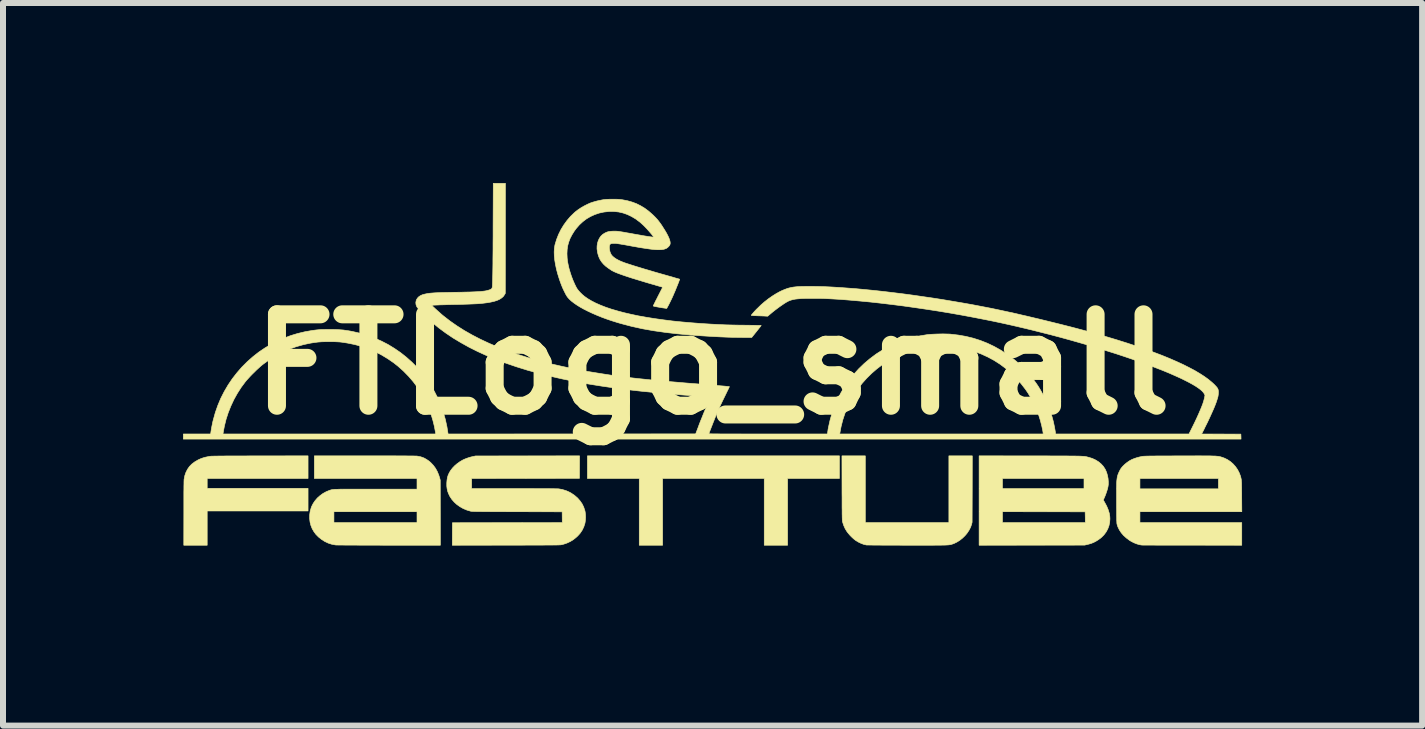
<source format=kicad_pcb>
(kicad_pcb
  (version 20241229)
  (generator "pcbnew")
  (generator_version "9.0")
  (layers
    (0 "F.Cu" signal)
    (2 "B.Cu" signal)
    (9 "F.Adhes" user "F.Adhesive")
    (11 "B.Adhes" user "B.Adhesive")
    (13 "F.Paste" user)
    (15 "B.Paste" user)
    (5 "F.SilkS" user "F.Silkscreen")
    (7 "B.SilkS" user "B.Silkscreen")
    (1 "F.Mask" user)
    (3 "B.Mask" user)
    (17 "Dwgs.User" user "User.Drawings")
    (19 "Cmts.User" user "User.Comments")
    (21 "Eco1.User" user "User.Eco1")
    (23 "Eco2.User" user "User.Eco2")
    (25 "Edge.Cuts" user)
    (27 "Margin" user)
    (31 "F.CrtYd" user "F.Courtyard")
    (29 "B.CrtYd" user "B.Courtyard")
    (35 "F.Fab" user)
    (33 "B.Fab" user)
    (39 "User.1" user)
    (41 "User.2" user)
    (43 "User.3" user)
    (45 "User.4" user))
  (footprint "FTLogo_small"
    (layer "F.Cu")
    (at 8.823 3.023)
    (property "Reference" "FTLogo_small" (at 0 0 0) (layer "F.SilkS") (effects (font (size 1.524 1.524) (thickness 0.3))))
    (attr through_hole)
    (fp_poly (pts (xy 2.117 1.901) (xy 1.253 1.901) (xy 1.253 3.014) (xy 0.864 3.014) (xy 0.864 1.901) (xy -0.83 1.901) (xy -0.83 3.014) (xy -1.219 3.014) (xy -1.219 1.901) (xy -2.083 1.901) (xy -2.083 1.524) (xy 2.117 1.524) (xy 2.117 1.901)) (stroke (width 0.01) (type solid)) (fill yes) (layer "F.SilkS"))
    (fp_poly (pts (xy -6.739 1.901) (xy -8.42 1.901) (xy -8.42 2.066) (xy -6.739 2.066) (xy -6.739 2.443) (xy -8.42 2.443) (xy -8.42 3.014) (xy -8.81 3.014) (xy -8.809 2.48) (xy -8.809 2.398) (xy -8.809 2.321) (xy -8.809 2.251) (xy -8.809 2.186) (xy -8.809 2.127) (xy -8.808 2.075) (xy -8.808 2.03) (xy -8.807 1.991) (xy -8.807 1.96) (xy -8.806 1.937) (xy -8.806 1.922) (xy -8.805 1.916) (xy -8.793 1.854) (xy -8.774 1.799) (xy -8.748 1.748) (xy -8.716 1.702) (xy -8.677 1.662) (xy -8.63 1.626) (xy -8.577 1.595) (xy -8.566 1.589) (xy -8.528 1.572) (xy -8.489 1.558) (xy -8.446 1.546) (xy -8.397 1.536) (xy -8.397 1.536) (xy -8.391 1.535) (xy -8.386 1.534) (xy -8.38 1.533) (xy -8.373 1.532) (xy -8.366 1.531) (xy -8.357 1.53) (xy -8.346 1.53) (xy -8.333 1.529) (xy -8.317 1.529) (xy -8.299 1.528) (xy -8.277 1.528) (xy -8.252 1.528) (xy -8.223 1.527) (xy -8.189 1.527) (xy -8.15 1.527) (xy -8.107 1.526) (xy -8.057 1.526) (xy -8.002 1.526) (xy -7.941 1.526) (xy -7.873 1.526) (xy -7.797 1.526) (xy -7.715 1.525) (xy -7.624 1.525) (xy -7.545 1.525) (xy -6.739 1.524) (xy -6.739 1.901)) (stroke (width 0.01) (type solid)) (fill yes) (layer "F.SilkS"))
    (fp_poly (pts (xy 5.303 1.525) (xy 5.405 1.525) (xy 5.498 1.525) (xy 5.584 1.525) (xy 5.662 1.526) (xy 5.733 1.526) (xy 5.798 1.526) (xy 5.856 1.526) (xy 5.909 1.526) (xy 5.956 1.527) (xy 5.998 1.527) (xy 6.035 1.527) (xy 6.067 1.528) (xy 6.096 1.528) (xy 6.121 1.529) (xy 6.143 1.53) (xy 6.161 1.531) (xy 6.178 1.532) (xy 6.192 1.533) (xy 6.204 1.534) (xy 6.214 1.536) (xy 6.224 1.537) (xy 6.233 1.539) (xy 6.242 1.541) (xy 6.25 1.543) (xy 6.259 1.546) (xy 6.269 1.548) (xy 6.276 1.55) (xy 6.333 1.568) (xy 6.386 1.593) (xy 6.435 1.623) (xy 6.477 1.658) (xy 6.514 1.698) (xy 6.543 1.742) (xy 6.551 1.757) (xy 6.57 1.801) (xy 6.584 1.85) (xy 6.594 1.901) (xy 6.598 1.952) (xy 6.598 2.001) (xy 6.594 2.032) (xy 6.587 2.065) (xy 6.576 2.103) (xy 6.562 2.145) (xy 6.546 2.188) (xy 6.534 2.216) (xy 6.515 2.261) (xy 6.538 2.301) (xy 6.571 2.362) (xy 6.596 2.422) (xy 6.614 2.48) (xy 6.623 2.536) (xy 6.625 2.574) (xy 6.621 2.632) (xy 6.609 2.689) (xy 6.589 2.742) (xy 6.562 2.792) (xy 6.527 2.839) (xy 6.486 2.881) (xy 6.437 2.919) (xy 6.434 2.921) (xy 6.394 2.946) (xy 6.356 2.966) (xy 6.317 2.982) (xy 6.274 2.995) (xy 6.245 3.002) (xy 6.204 3.012) (xy 4.445 3.014) (xy 4.445 2.637) (xy 4.834 2.637) (xy 6.215 2.637) (xy 6.214 2.547) (xy 6.212 2.457) (xy 4.834 2.455) (xy 4.834 2.637) (xy 4.445 2.637) (xy 4.445 1.901) (xy 4.834 1.901) (xy 4.834 2.07) (xy 6.193 2.07) (xy 6.193 1.901) (xy 4.834 1.901) (xy 4.445 1.901) (xy 4.445 1.524) (xy 5.303 1.525)) (stroke (width 0.01) (type solid)) (fill yes) (layer "F.SilkS"))
    (fp_poly (pts (xy 2.548 2.637) (xy 3.941 2.637) (xy 3.941 1.524) (xy 4.331 1.524) (xy 4.33 2.078) (xy 4.328 2.631) (xy 4.319 2.667) (xy 4.302 2.716) (xy 4.277 2.764) (xy 4.246 2.811) (xy 4.21 2.854) (xy 4.168 2.895) (xy 4.123 2.931) (xy 4.075 2.961) (xy 4.026 2.985) (xy 4.012 2.99) (xy 4.003 2.993) (xy 3.995 2.996) (xy 3.987 2.998) (xy 3.979 3.001) (xy 3.97 3.003) (xy 3.961 3.005) (xy 3.95 3.006) (xy 3.937 3.008) (xy 3.922 3.009) (xy 3.905 3.01) (xy 3.884 3.011) (xy 3.86 3.012) (xy 3.832 3.012) (xy 3.8 3.013) (xy 3.762 3.013) (xy 3.72 3.013) (xy 3.672 3.014) (xy 3.619 3.014) (xy 3.559 3.014) (xy 3.492 3.014) (xy 3.417 3.014) (xy 3.336 3.014) (xy 3.25 3.014) (xy 3.175 3.014) (xy 3.103 3.013) (xy 3.033 3.013) (xy 2.967 3.013) (xy 2.903 3.013) (xy 2.844 3.013) (xy 2.789 3.012) (xy 2.739 3.012) (xy 2.695 3.012) (xy 2.656 3.011) (xy 2.624 3.011) (xy 2.599 3.01) (xy 2.581 3.01) (xy 2.57 3.01) (xy 2.568 3.01) (xy 2.524 3) (xy 2.478 2.983) (xy 2.432 2.961) (xy 2.389 2.935) (xy 2.376 2.925) (xy 2.351 2.905) (xy 2.323 2.879) (xy 2.296 2.852) (xy 2.271 2.823) (xy 2.25 2.797) (xy 2.24 2.783) (xy 2.212 2.737) (xy 2.191 2.691) (xy 2.174 2.641) (xy 2.168 2.62) (xy 2.167 2.616) (xy 2.166 2.61) (xy 2.166 2.602) (xy 2.165 2.592) (xy 2.164 2.58) (xy 2.164 2.564) (xy 2.163 2.545) (xy 2.163 2.522) (xy 2.162 2.495) (xy 2.162 2.463) (xy 2.162 2.426) (xy 2.161 2.383) (xy 2.161 2.333) (xy 2.161 2.277) (xy 2.161 2.214) (xy 2.16 2.144) (xy 2.16 2.065) (xy 2.16 2.058) (xy 2.159 1.524) (xy 2.548 1.524) (xy 2.548 2.637)) (stroke (width 0.01) (type solid)) (fill yes) (layer "F.SilkS"))
    (fp_poly (pts (xy -5.678 1.524) (xy -5.573 1.524) (xy -5.476 1.524) (xy -5.387 1.524) (xy -5.307 1.524) (xy -5.234 1.525) (xy -5.169 1.525) (xy -5.112 1.525) (xy -5.062 1.526) (xy -5.019 1.526) (xy -4.984 1.526) (xy -4.957 1.527) (xy -4.936 1.527) (xy -4.922 1.528) (xy -4.916 1.529) (xy -4.861 1.54) (xy -4.808 1.559) (xy -4.76 1.586) (xy -4.713 1.62) (xy -4.691 1.64) (xy -4.649 1.685) (xy -4.614 1.733) (xy -4.585 1.786) (xy -4.561 1.844) (xy -4.547 1.888) (xy -4.536 1.928) (xy -4.534 3.014) (xy -5.394 3.014) (xy -5.48 3.014) (xy -5.564 3.013) (xy -5.645 3.013) (xy -5.723 3.013) (xy -5.798 3.013) (xy -5.869 3.013) (xy -5.936 3.012) (xy -5.998 3.012) (xy -6.056 3.012) (xy -6.108 3.012) (xy -6.154 3.011) (xy -6.193 3.011) (xy -6.227 3.011) (xy -6.253 3.01) (xy -6.271 3.01) (xy -6.282 3.009) (xy -6.284 3.009) (xy -6.345 2.997) (xy -6.404 2.978) (xy -6.461 2.951) (xy -6.514 2.917) (xy -6.563 2.878) (xy -6.607 2.834) (xy -6.64 2.79) (xy -6.67 2.738) (xy -6.692 2.683) (xy -6.706 2.626) (xy -6.713 2.567) (xy -6.712 2.508) (xy -6.705 2.455) (xy -6.308 2.455) (xy -6.308 2.637) (xy -4.923 2.637) (xy -4.923 2.455) (xy -6.308 2.455) (xy -6.705 2.455) (xy -6.704 2.448) (xy -6.687 2.389) (xy -6.678 2.365) (xy -6.653 2.317) (xy -6.621 2.27) (xy -6.583 2.226) (xy -6.539 2.187) (xy -6.491 2.152) (xy -6.439 2.123) (xy -6.386 2.101) (xy -6.378 2.098) (xy -6.37 2.096) (xy -6.362 2.093) (xy -6.355 2.091) (xy -6.346 2.089) (xy -6.337 2.087) (xy -6.326 2.086) (xy -6.313 2.085) (xy -6.298 2.083) (xy -6.281 2.082) (xy -6.26 2.082) (xy -6.236 2.081) (xy -6.208 2.08) (xy -6.175 2.08) (xy -6.138 2.079) (xy -6.096 2.079) (xy -6.049 2.079) (xy -5.995 2.079) (xy -5.935 2.079) (xy -5.868 2.079) (xy -5.794 2.079) (xy -5.713 2.079) (xy -5.624 2.079) (xy -4.923 2.079) (xy -4.923 1.901) (xy -6.634 1.901) (xy -6.634 1.524) (xy -5.792 1.524) (xy -5.678 1.524)) (stroke (width 0.01) (type solid)) (fill yes) (layer "F.SilkS"))
    (fp_poly (pts (xy -2.215 1.711) (xy -2.216 1.899) (xy -4.013 1.901) (xy -4.013 2.07) (xy -3.305 2.07) (xy -3.201 2.07) (xy -3.104 2.07) (xy -3.014 2.07) (xy -2.933 2.071) (xy -2.859 2.071) (xy -2.793 2.071) (xy -2.736 2.071) (xy -2.686 2.072) (xy -2.644 2.072) (xy -2.611 2.073) (xy -2.586 2.073) (xy -2.569 2.074) (xy -2.561 2.074) (xy -2.498 2.086) (xy -2.437 2.105) (xy -2.379 2.131) (xy -2.354 2.145) (xy -2.298 2.183) (xy -2.248 2.226) (xy -2.207 2.273) (xy -2.172 2.323) (xy -2.145 2.378) (xy -2.126 2.436) (xy -2.124 2.441) (xy -2.119 2.472) (xy -2.115 2.509) (xy -2.114 2.548) (xy -2.116 2.587) (xy -2.12 2.622) (xy -2.124 2.647) (xy -2.143 2.706) (xy -2.169 2.761) (xy -2.203 2.812) (xy -2.244 2.858) (xy -2.269 2.881) (xy -2.317 2.92) (xy -2.367 2.951) (xy -2.418 2.975) (xy -2.475 2.995) (xy -2.512 3.005) (xy -2.516 3.005) (xy -2.522 3.006) (xy -2.528 3.007) (xy -2.536 3.008) (xy -2.547 3.008) (xy -2.559 3.009) (xy -2.575 3.009) (xy -2.594 3.01) (xy -2.616 3.01) (xy -2.642 3.01) (xy -2.672 3.011) (xy -2.706 3.011) (xy -2.746 3.011) (xy -2.791 3.011) (xy -2.841 3.012) (xy -2.897 3.012) (xy -2.959 3.012) (xy -3.028 3.012) (xy -3.103 3.012) (xy -3.186 3.013) (xy -3.277 3.013) (xy -3.375 3.013) (xy -3.439 3.013) (xy -4.335 3.014) (xy -4.334 2.827) (xy -4.333 2.639) (xy -3.417 2.638) (xy -2.502 2.637) (xy -2.503 2.547) (xy -2.504 2.457) (xy -3.253 2.455) (xy -3.347 2.455) (xy -3.433 2.455) (xy -3.511 2.454) (xy -3.581 2.454) (xy -3.645 2.454) (xy -3.702 2.454) (xy -3.753 2.453) (xy -3.799 2.453) (xy -3.838 2.453) (xy -3.873 2.452) (xy -3.903 2.452) (xy -3.929 2.452) (xy -3.951 2.451) (xy -3.969 2.451) (xy -3.985 2.45) (xy -3.997 2.45) (xy -4.007 2.449) (xy -4.016 2.448) (xy -4.022 2.448) (xy -4.028 2.447) (xy -4.032 2.446) (xy -4.034 2.445) (xy -4.095 2.427) (xy -4.154 2.402) (xy -4.208 2.371) (xy -4.259 2.335) (xy -4.304 2.294) (xy -4.343 2.249) (xy -4.375 2.201) (xy -4.4 2.149) (xy -4.4 2.148) (xy -4.414 2.109) (xy -4.422 2.07) (xy -4.427 2.028) (xy -4.427 1.98) (xy -4.427 1.977) (xy -4.423 1.928) (xy -4.416 1.885) (xy -4.404 1.846) (xy -4.386 1.807) (xy -4.363 1.768) (xy -4.361 1.766) (xy -4.332 1.728) (xy -4.296 1.69) (xy -4.255 1.655) (xy -4.209 1.622) (xy -4.161 1.594) (xy -4.153 1.59) (xy -4.122 1.576) (xy -4.085 1.562) (xy -4.046 1.549) (xy -4.007 1.539) (xy -3.993 1.536) (xy -3.948 1.526) (xy -2.214 1.524) (xy -2.215 1.711)) (stroke (width 0.01) (type solid)) (fill yes) (layer "F.SilkS"))
    (fp_poly (pts (xy 8.128 1.524) (xy 8.178 1.525) (xy 8.222 1.525) (xy 8.26 1.525) (xy 8.293 1.525) (xy 8.322 1.526) (xy 8.348 1.527) (xy 8.369 1.527) (xy 8.388 1.528) (xy 8.404 1.53) (xy 8.417 1.531) (xy 8.429 1.532) (xy 8.44 1.534) (xy 8.45 1.536) (xy 8.459 1.538) (xy 8.469 1.54) (xy 8.472 1.541) (xy 8.528 1.56) (xy 8.582 1.586) (xy 8.632 1.619) (xy 8.677 1.658) (xy 8.717 1.703) (xy 8.752 1.753) (xy 8.78 1.807) (xy 8.795 1.846) (xy 8.8 1.86) (xy 8.804 1.874) (xy 8.807 1.886) (xy 8.81 1.899) (xy 8.813 1.912) (xy 8.815 1.928) (xy 8.816 1.945) (xy 8.818 1.966) (xy 8.819 1.99) (xy 8.819 2.02) (xy 8.82 2.054) (xy 8.82 2.095) (xy 8.821 2.143) (xy 8.821 2.198) (xy 8.823 2.455) (xy 7.125 2.455) (xy 7.125 2.637) (xy 8.822 2.637) (xy 8.822 3.014) (xy 7.996 3.013) (xy 7.912 3.013) (xy 7.831 3.013) (xy 7.753 3.013) (xy 7.677 3.013) (xy 7.605 3.013) (xy 7.537 3.013) (xy 7.473 3.013) (xy 7.413 3.013) (xy 7.359 3.012) (xy 7.31 3.012) (xy 7.267 3.012) (xy 7.23 3.012) (xy 7.2 3.012) (xy 7.177 3.012) (xy 7.162 3.011) (xy 7.155 3.011) (xy 7.154 3.011) (xy 7.113 3.004) (xy 7.068 2.99) (xy 7.023 2.972) (xy 6.979 2.949) (xy 6.952 2.933) (xy 6.899 2.893) (xy 6.852 2.851) (xy 6.813 2.805) (xy 6.782 2.758) (xy 6.758 2.709) (xy 6.747 2.677) (xy 6.745 2.67) (xy 6.744 2.664) (xy 6.742 2.658) (xy 6.741 2.65) (xy 6.74 2.641) (xy 6.74 2.629) (xy 6.739 2.614) (xy 6.738 2.596) (xy 6.738 2.574) (xy 6.738 2.546) (xy 6.737 2.514) (xy 6.737 2.475) (xy 6.737 2.43) (xy 6.736 2.378) (xy 6.736 2.318) (xy 6.736 2.309) (xy 6.736 2.243) (xy 6.736 2.185) (xy 6.736 2.133) (xy 6.736 2.089) (xy 6.736 2.05) (xy 6.737 2.017) (xy 6.737 1.988) (xy 6.738 1.964) (xy 6.739 1.943) (xy 6.741 1.925) (xy 6.743 1.909) (xy 6.744 1.901) (xy 7.125 1.901) (xy 7.125 2.074) (xy 8.433 2.074) (xy 8.433 1.901) (xy 7.125 1.901) (xy 6.744 1.901) (xy 6.745 1.895) (xy 6.747 1.882) (xy 6.75 1.87) (xy 6.752 1.86) (xy 6.76 1.834) (xy 6.772 1.805) (xy 6.786 1.776) (xy 6.8 1.749) (xy 6.813 1.729) (xy 6.84 1.697) (xy 6.873 1.665) (xy 6.91 1.635) (xy 6.949 1.608) (xy 6.987 1.587) (xy 6.994 1.584) (xy 7.031 1.569) (xy 7.073 1.555) (xy 7.117 1.543) (xy 7.152 1.536) (xy 7.159 1.534) (xy 7.165 1.533) (xy 7.172 1.532) (xy 7.18 1.531) (xy 7.189 1.531) (xy 7.2 1.53) (xy 7.212 1.529) (xy 7.228 1.529) (xy 7.246 1.528) (xy 7.268 1.528) (xy 7.294 1.527) (xy 7.325 1.527) (xy 7.36 1.527) (xy 7.401 1.526) (xy 7.447 1.526) (xy 7.499 1.526) (xy 7.559 1.526) (xy 7.625 1.526) (xy 7.699 1.525) (xy 7.779 1.525) (xy 7.864 1.525) (xy 7.941 1.525) (xy 8.01 1.525) (xy 8.073 1.524) (xy 8.128 1.524)) (stroke (width 0.01) (type solid)) (fill yes) (layer "F.SilkS"))
    (fp_poly (pts (xy -1.631 -2.753) (xy -1.584 -2.752) (xy -1.541 -2.749) (xy -1.503 -2.744) (xy -1.501 -2.744) (xy -1.418 -2.728) (xy -1.34 -2.706) (xy -1.267 -2.679) (xy -1.197 -2.644) (xy -1.129 -2.603) (xy -1.063 -2.554) (xy -0.998 -2.497) (xy -0.979 -2.479) (xy -0.951 -2.451) (xy -0.926 -2.424) (xy -0.903 -2.397) (xy -0.881 -2.368) (xy -0.857 -2.335) (xy -0.831 -2.296) (xy -0.829 -2.292) (xy -0.794 -2.237) (xy -0.765 -2.188) (xy -0.742 -2.144) (xy -0.724 -2.105) (xy -0.712 -2.072) (xy -0.705 -2.043) (xy -0.703 -2.018) (xy -0.707 -1.998) (xy -0.71 -1.991) (xy -0.722 -1.973) (xy -0.739 -1.955) (xy -0.759 -1.939) (xy -0.769 -1.933) (xy -0.787 -1.926) (xy -0.807 -1.919) (xy -0.829 -1.915) (xy -0.855 -1.912) (xy -0.884 -1.911) (xy -0.917 -1.911) (xy -0.955 -1.913) (xy -0.998 -1.917) (xy -1.046 -1.923) (xy -1.1 -1.931) (xy -1.161 -1.94) (xy -1.229 -1.951) (xy -1.305 -1.965) (xy -1.336 -1.97) (xy -1.388 -1.98) (xy -1.433 -1.988) (xy -1.471 -1.995) (xy -1.503 -2) (xy -1.53 -2.005) (xy -1.552 -2.008) (xy -1.57 -2.011) (xy -1.585 -2.013) (xy -1.597 -2.015) (xy -1.608 -2.016) (xy -1.618 -2.016) (xy -1.628 -2.016) (xy -1.636 -2.017) (xy -1.662 -2.016) (xy -1.681 -2.014) (xy -1.694 -2.01) (xy -1.704 -2.003) (xy -1.71 -1.993) (xy -1.713 -1.987) (xy -1.717 -1.966) (xy -1.718 -1.94) (xy -1.714 -1.911) (xy -1.708 -1.881) (xy -1.698 -1.853) (xy -1.685 -1.829) (xy -1.683 -1.825) (xy -1.664 -1.803) (xy -1.638 -1.781) (xy -1.606 -1.759) (xy -1.568 -1.738) (xy -1.526 -1.718) (xy -1.48 -1.7) (xy -1.473 -1.697) (xy -1.432 -1.683) (xy -1.385 -1.668) (xy -1.33 -1.65) (xy -1.269 -1.631) (xy -1.203 -1.611) (xy -1.131 -1.589) (xy -1.055 -1.567) (xy -0.975 -1.543) (xy -0.892 -1.519) (xy -0.807 -1.495) (xy -0.719 -1.47) (xy -0.715 -1.469) (xy -0.679 -1.459) (xy -0.646 -1.449) (xy -0.616 -1.44) (xy -0.59 -1.433) (xy -0.569 -1.427) (xy -0.555 -1.423) (xy -0.547 -1.42) (xy -0.546 -1.42) (xy -0.547 -1.415) (xy -0.551 -1.404) (xy -0.557 -1.387) (xy -0.565 -1.366) (xy -0.575 -1.34) (xy -0.586 -1.313) (xy -0.598 -1.283) (xy -0.61 -1.253) (xy -0.622 -1.224) (xy -0.634 -1.196) (xy -0.645 -1.171) (xy -0.648 -1.163) (xy -0.675 -1.103) (xy -0.701 -1.049) (xy -0.726 -0.999) (xy -0.743 -0.967) (xy -0.762 -0.933) (xy -0.827 -0.942) (xy -0.863 -0.948) (xy -0.897 -0.954) (xy -0.926 -0.959) (xy -0.951 -0.964) (xy -0.97 -0.968) (xy -0.982 -0.972) (xy -0.986 -0.974) (xy -0.986 -0.974) (xy -0.985 -0.979) (xy -0.979 -0.99) (xy -0.971 -1.007) (xy -0.96 -1.029) (xy -0.947 -1.056) (xy -0.931 -1.086) (xy -0.915 -1.118) (xy -0.908 -1.132) (xy -0.829 -1.286) (xy -0.858 -1.295) (xy -0.869 -1.298) (xy -0.887 -1.303) (xy -0.911 -1.31) (xy -0.939 -1.318) (xy -0.97 -1.328) (xy -1.003 -1.337) (xy -1.018 -1.341) (xy -1.113 -1.369) (xy -1.199 -1.395) (xy -1.278 -1.419) (xy -1.35 -1.441) (xy -1.414 -1.462) (xy -1.471 -1.481) (xy -1.522 -1.499) (xy -1.566 -1.515) (xy -1.604 -1.53) (xy -1.636 -1.544) (xy -1.662 -1.557) (xy -1.683 -1.568) (xy -1.683 -1.569) (xy -1.735 -1.604) (xy -1.78 -1.638) (xy -1.817 -1.673) (xy -1.848 -1.71) (xy -1.873 -1.749) (xy -1.892 -1.79) (xy -1.907 -1.836) (xy -1.916 -1.875) (xy -1.923 -1.926) (xy -1.922 -1.974) (xy -1.915 -2.02) (xy -1.902 -2.063) (xy -1.883 -2.103) (xy -1.859 -2.137) (xy -1.829 -2.166) (xy -1.794 -2.188) (xy -1.79 -2.19) (xy -1.765 -2.202) (xy -1.742 -2.21) (xy -1.718 -2.215) (xy -1.692 -2.218) (xy -1.66 -2.22) (xy -1.643 -2.22) (xy -1.628 -2.22) (xy -1.615 -2.22) (xy -1.603 -2.22) (xy -1.59 -2.219) (xy -1.576 -2.218) (xy -1.561 -2.216) (xy -1.543 -2.213) (xy -1.522 -2.21) (xy -1.496 -2.206) (xy -1.466 -2.201) (xy -1.43 -2.194) (xy -1.388 -2.187) (xy -1.338 -2.178) (xy -1.317 -2.174) (xy -1.261 -2.164) (xy -1.208 -2.155) (xy -1.16 -2.146) (xy -1.117 -2.139) (xy -1.078 -2.133) (xy -1.045 -2.128) (xy -1.019 -2.125) (xy -1 -2.122) (xy -0.988 -2.122) (xy -0.985 -2.122) (xy -0.984 -2.125) (xy -0.988 -2.134) (xy -0.996 -2.147) (xy -1.009 -2.164) (xy -1.026 -2.184) (xy -1.045 -2.206) (xy -1.066 -2.23) (xy -1.088 -2.255) (xy -1.112 -2.28) (xy -1.135 -2.304) (xy -1.159 -2.327) (xy -1.181 -2.347) (xy -1.201 -2.365) (xy -1.212 -2.374) (xy -1.279 -2.424) (xy -1.348 -2.465) (xy -1.417 -2.498) (xy -1.488 -2.523) (xy -1.561 -2.54) (xy -1.636 -2.548) (xy -1.712 -2.549) (xy -1.727 -2.548) (xy -1.809 -2.539) (xy -1.887 -2.522) (xy -1.961 -2.497) (xy -2.031 -2.465) (xy -2.098 -2.426) (xy -2.16 -2.379) (xy -2.217 -2.326) (xy -2.27 -2.265) (xy -2.303 -2.22) (xy -2.341 -2.159) (xy -2.372 -2.099) (xy -2.395 -2.038) (xy -2.412 -1.976) (xy -2.421 -1.912) (xy -2.424 -1.845) (xy -2.421 -1.774) (xy -2.415 -1.719) (xy -2.404 -1.662) (xy -2.39 -1.6) (xy -2.371 -1.535) (xy -2.349 -1.468) (xy -2.324 -1.403) (xy -2.296 -1.339) (xy -2.27 -1.286) (xy -2.254 -1.259) (xy -2.231 -1.229) (xy -2.204 -1.199) (xy -2.173 -1.168) (xy -2.14 -1.14) (xy -2.134 -1.135) (xy -2.079 -1.096) (xy -2.015 -1.058) (xy -1.943 -1.021) (xy -1.863 -0.986) (xy -1.776 -0.952) (xy -1.681 -0.92) (xy -1.578 -0.89) (xy -1.469 -0.861) (xy -1.352 -0.834) (xy -1.229 -0.808) (xy -1.099 -0.785) (xy -0.962 -0.763) (xy -0.819 -0.743) (xy -0.67 -0.724) (xy -0.514 -0.708) (xy -0.353 -0.694) (xy -0.186 -0.681) (xy -0.023 -0.671) (xy 0.036 -0.668) (xy 0.088 -0.665) (xy 0.136 -0.663) (xy 0.18 -0.661) (xy 0.222 -0.659) (xy 0.263 -0.658) (xy 0.305 -0.657) (xy 0.349 -0.656) (xy 0.396 -0.655) (xy 0.448 -0.654) (xy 0.506 -0.654) (xy 0.547 -0.653) (xy 0.594 -0.653) (xy 0.638 -0.652) (xy 0.678 -0.652) (xy 0.715 -0.651) (xy 0.747 -0.65) (xy 0.773 -0.65) (xy 0.794 -0.649) (xy 0.807 -0.649) (xy 0.813 -0.648) (xy 0.813 -0.648) (xy 0.81 -0.644) (xy 0.803 -0.635) (xy 0.792 -0.62) (xy 0.777 -0.602) (xy 0.76 -0.58) (xy 0.741 -0.556) (xy 0.734 -0.547) (xy 0.655 -0.449) (xy 0.511 -0.449) (xy 0.471 -0.45) (xy 0.428 -0.45) (xy 0.386 -0.451) (xy 0.345 -0.451) (xy 0.307 -0.452) (xy 0.276 -0.453) (xy 0.269 -0.453) (xy 0.122 -0.459) (xy -0.026 -0.467) (xy -0.173 -0.476) (xy -0.317 -0.486) (xy -0.458 -0.498) (xy -0.594 -0.511) (xy -0.724 -0.526) (xy -0.79 -0.534) (xy -0.98 -0.561) (xy -1.166 -0.594) (xy -1.347 -0.634) (xy -1.522 -0.68) (xy -1.587 -0.699) (xy -1.677 -0.727) (xy -1.765 -0.757) (xy -1.849 -0.788) (xy -1.93 -0.821) (xy -2.006 -0.854) (xy -2.078 -0.888) (xy -2.145 -0.922) (xy -2.206 -0.956) (xy -2.262 -0.991) (xy -2.311 -1.025) (xy -2.353 -1.058) (xy -2.388 -1.091) (xy -2.415 -1.122) (xy -2.424 -1.135) (xy -2.445 -1.17) (xy -2.466 -1.212) (xy -2.489 -1.259) (xy -2.511 -1.311) (xy -2.532 -1.366) (xy -2.552 -1.423) (xy -2.553 -1.427) (xy -2.579 -1.51) (xy -2.6 -1.59) (xy -2.616 -1.667) (xy -2.628 -1.74) (xy -2.635 -1.808) (xy -2.637 -1.872) (xy -2.634 -1.93) (xy -2.626 -1.982) (xy -2.623 -1.996) (xy -2.597 -2.082) (xy -2.564 -2.166) (xy -2.524 -2.247) (xy -2.477 -2.324) (xy -2.424 -2.397) (xy -2.366 -2.465) (xy -2.302 -2.527) (xy -2.28 -2.546) (xy -2.238 -2.578) (xy -2.19 -2.61) (xy -2.138 -2.64) (xy -2.085 -2.667) (xy -2.034 -2.69) (xy -2.03 -2.691) (xy -1.999 -2.702) (xy -1.961 -2.713) (xy -1.921 -2.724) (xy -1.879 -2.733) (xy -1.84 -2.741) (xy -1.81 -2.746) (xy -1.771 -2.75) (xy -1.727 -2.752) (xy -1.68 -2.753) (xy -1.631 -2.753)) (stroke (width 0.01) (type solid)) (fill yes) (layer "F.SilkS"))
    (fp_poly (pts (xy -3.451 -2.101) (xy -3.452 -1.183) (xy -3.465 -1.161) (xy -3.484 -1.133) (xy -3.511 -1.109) (xy -3.544 -1.087) (xy -3.585 -1.068) (xy -3.634 -1.052) (xy -3.69 -1.039) (xy -3.745 -1.029) (xy -3.776 -1.025) (xy -3.808 -1.021) (xy -3.841 -1.017) (xy -3.876 -1.014) (xy -3.914 -1.011) (xy -3.956 -1.009) (xy -4.002 -1.007) (xy -4.054 -1.005) (xy -4.111 -1.003) (xy -4.176 -1.001) (xy -4.247 -0.999) (xy -4.265 -0.999) (xy -4.314 -0.998) (xy -4.362 -0.997) (xy -4.41 -0.996) (xy -4.456 -0.994) (xy -4.499 -0.993) (xy -4.54 -0.992) (xy -4.577 -0.99) (xy -4.609 -0.989) (xy -4.636 -0.988) (xy -4.656 -0.987) (xy -4.67 -0.985) (xy -4.677 -0.985) (xy -4.677 -0.984) (xy -4.675 -0.981) (xy -4.667 -0.973) (xy -4.654 -0.961) (xy -4.638 -0.946) (xy -4.619 -0.928) (xy -4.598 -0.909) (xy -4.576 -0.889) (xy -4.553 -0.869) (xy -4.532 -0.85) (xy -4.512 -0.832) (xy -4.494 -0.817) (xy -4.483 -0.808) (xy -4.375 -0.724) (xy -4.259 -0.643) (xy -4.136 -0.565) (xy -4.006 -0.491) (xy -3.869 -0.42) (xy -3.724 -0.352) (xy -3.572 -0.287) (xy -3.413 -0.226) (xy -3.246 -0.167) (xy -3.071 -0.112) (xy -2.889 -0.06) (xy -2.699 -0.011) (xy -2.501 0.034) (xy -2.296 0.077) (xy -2.083 0.117) (xy -1.862 0.153) (xy -1.7 0.178) (xy -1.624 0.188) (xy -1.549 0.198) (xy -1.473 0.208) (xy -1.398 0.218) (xy -1.321 0.227) (xy -1.243 0.236) (xy -1.162 0.244) (xy -1.078 0.253) (xy -0.99 0.262) (xy -0.898 0.27) (xy -0.802 0.279) (xy -0.7 0.288) (xy -0.591 0.297) (xy -0.476 0.307) (xy -0.354 0.317) (xy -0.262 0.324) (xy -0.21 0.328) (xy -0.156 0.332) (xy -0.103 0.337) (xy -0.051 0.341) (xy 0.000345 0.345) (xy 0.049 0.349) (xy 0.095 0.353) (xy 0.138 0.357) (xy 0.176 0.36) (xy 0.21 0.363) (xy 0.238 0.366) (xy 0.26 0.368) (xy 0.275 0.369) (xy 0.282 0.371) (xy 0.283 0.371) (xy 0.282 0.375) (xy 0.277 0.385) (xy 0.269 0.402) (xy 0.259 0.423) (xy 0.246 0.449) (xy 0.232 0.478) (xy 0.217 0.509) (xy 0.176 0.593) (xy 0.138 0.673) (xy 0.103 0.751) (xy 0.068 0.831) (xy 0.039 0.901) (xy 0.029 0.928) (xy 0.017 0.957) (xy 0.005 0.988) (xy -0.007 1.019) (xy -0.019 1.049) (xy -0.03 1.078) (xy -0.04 1.103) (xy -0.048 1.125) (xy -0.054 1.142) (xy -0.058 1.153) (xy -0.059 1.157) (xy -0.055 1.157) (xy -0.043 1.157) (xy -0.023 1.157) (xy 0.005 1.158) (xy 0.039 1.158) (xy 0.08 1.158) (xy 0.127 1.159) (xy 0.18 1.159) (xy 0.239 1.159) (xy 0.302 1.159) (xy 0.371 1.159) (xy 0.443 1.159) (xy 0.52 1.16) (xy 0.601 1.16) (xy 0.685 1.16) (xy 0.771 1.16) (xy 0.86 1.16) (xy 0.929 1.16) (xy 1.917 1.16) (xy 2.121 1.16) (xy 5.512 1.16) (xy 5.512 1.148) (xy 5.511 1.137) (xy 5.508 1.119) (xy 5.504 1.096) (xy 5.498 1.069) (xy 5.492 1.039) (xy 5.485 1.009) (xy 5.477 0.979) (xy 5.47 0.951) (xy 5.463 0.926) (xy 5.463 0.925) (xy 5.434 0.834) (xy 5.398 0.742) (xy 5.356 0.651) (xy 5.31 0.563) (xy 5.261 0.48) (xy 5.22 0.419) (xy 5.145 0.322) (xy 5.065 0.231) (xy 4.979 0.146) (xy 4.889 0.068) (xy 4.794 -0.003) (xy 4.694 -0.067) (xy 4.59 -0.123) (xy 4.481 -0.173) (xy 4.369 -0.215) (xy 4.253 -0.25) (xy 4.134 -0.277) (xy 4.121 -0.279) (xy 4.086 -0.286) (xy 4.053 -0.291) (xy 4.023 -0.295) (xy 3.992 -0.298) (xy 3.96 -0.3) (xy 3.925 -0.301) (xy 3.886 -0.302) (xy 3.84 -0.303) (xy 3.816 -0.303) (xy 3.764 -0.302) (xy 3.718 -0.301) (xy 3.677 -0.3) (xy 3.64 -0.297) (xy 3.604 -0.293) (xy 3.568 -0.289) (xy 3.53 -0.282) (xy 3.489 -0.275) (xy 3.471 -0.271) (xy 3.355 -0.243) (xy 3.243 -0.208) (xy 3.135 -0.165) (xy 3.03 -0.115) (xy 2.929 -0.058) (xy 2.832 0.005) (xy 2.741 0.074) (xy 2.654 0.149) (xy 2.572 0.23) (xy 2.496 0.315) (xy 2.426 0.406) (xy 2.362 0.502) (xy 2.305 0.602) (xy 2.254 0.706) (xy 2.21 0.813) (xy 2.173 0.924) (xy 2.144 1.039) (xy 2.134 1.092) (xy 2.13 1.112) (xy 2.127 1.13) (xy 2.124 1.144) (xy 2.123 1.15) (xy 2.121 1.16) (xy 1.917 1.16) (xy 1.92 1.136) (xy 1.922 1.122) (xy 1.925 1.103) (xy 1.928 1.08) (xy 1.933 1.056) (xy 1.933 1.054) (xy 1.96 0.932) (xy 1.994 0.812) (xy 2.036 0.695) (xy 2.086 0.582) (xy 2.143 0.471) (xy 2.207 0.365) (xy 2.277 0.263) (xy 2.355 0.166) (xy 2.438 0.074) (xy 2.528 -0.013) (xy 2.624 -0.094) (xy 2.725 -0.17) (xy 2.754 -0.189) (xy 2.861 -0.256) (xy 2.972 -0.315) (xy 3.088 -0.366) (xy 3.206 -0.41) (xy 3.328 -0.446) (xy 3.454 -0.475) (xy 3.582 -0.496) (xy 3.614 -0.499) (xy 3.653 -0.502) (xy 3.697 -0.504) (xy 3.744 -0.506) (xy 3.792 -0.507) (xy 3.84 -0.508) (xy 3.885 -0.507) (xy 3.926 -0.506) (xy 3.961 -0.505) (xy 3.968 -0.504) (xy 4.097 -0.489) (xy 4.223 -0.467) (xy 4.346 -0.437) (xy 4.465 -0.399) (xy 4.582 -0.353) (xy 4.695 -0.299) (xy 4.806 -0.237) (xy 4.913 -0.167) (xy 5.018 -0.09) (xy 5.029 -0.081) (xy 5.084 -0.035) (xy 5.141 0.018) (xy 5.198 0.076) (xy 5.254 0.136) (xy 5.308 0.199) (xy 5.357 0.261) (xy 5.392 0.309) (xy 5.428 0.362) (xy 5.464 0.421) (xy 5.499 0.483) (xy 5.533 0.546) (xy 5.563 0.608) (xy 5.589 0.666) (xy 5.596 0.684) (xy 5.628 0.771) (xy 5.657 0.861) (xy 5.682 0.953) (xy 5.701 1.043) (xy 5.709 1.088) (xy 5.721 1.16) (xy 7.942 1.16) (xy 7.993 1.058) (xy 8.035 0.973) (xy 8.072 0.895) (xy 8.104 0.824) (xy 8.132 0.759) (xy 8.156 0.701) (xy 8.175 0.65) (xy 8.189 0.605) (xy 8.199 0.566) (xy 8.202 0.553) (xy 8.209 0.516) (xy 8.199 0.493) (xy 8.185 0.471) (xy 8.164 0.447) (xy 8.135 0.421) (xy 8.099 0.394) (xy 8.056 0.365) (xy 8.004 0.334) (xy 7.944 0.301) (xy 7.899 0.278) (xy 7.813 0.235) (xy 7.718 0.192) (xy 7.616 0.147) (xy 7.507 0.102) (xy 7.391 0.057) (xy 7.269 0.01) (xy 7.141 -0.036) (xy 7.008 -0.083) (xy 6.87 -0.13) (xy 6.728 -0.177) (xy 6.581 -0.223) (xy 6.431 -0.27) (xy 6.278 -0.316) (xy 6.122 -0.361) (xy 5.964 -0.406) (xy 5.804 -0.45) (xy 5.642 -0.493) (xy 5.48 -0.534) (xy 5.317 -0.575) (xy 5.154 -0.614) (xy 4.991 -0.652) (xy 4.829 -0.688) (xy 4.669 -0.722) (xy 4.534 -0.749) (xy 4.344 -0.786) (xy 4.152 -0.822) (xy 3.959 -0.856) (xy 3.766 -0.888) (xy 3.572 -0.918) (xy 3.38 -0.946) (xy 3.19 -0.973) (xy 3.001 -0.997) (xy 2.817 -1.019) (xy 2.636 -1.039) (xy 2.459 -1.056) (xy 2.289 -1.071) (xy 2.124 -1.084) (xy 1.966 -1.093) (xy 1.905 -1.096) (xy 1.87 -1.098) (xy 1.831 -1.099) (xy 1.788 -1.1) (xy 1.742 -1.1) (xy 1.696 -1.1) (xy 1.649 -1.1) (xy 1.605 -1.1) (xy 1.563 -1.1) (xy 1.525 -1.099) (xy 1.494 -1.098) (xy 1.469 -1.097) (xy 1.465 -1.096) (xy 1.42 -1.092) (xy 1.382 -1.088) (xy 1.35 -1.082) (xy 1.322 -1.075) (xy 1.296 -1.067) (xy 1.27 -1.056) (xy 1.257 -1.05) (xy 1.232 -1.036) (xy 1.201 -1.017) (xy 1.166 -0.993) (xy 1.128 -0.967) (xy 1.087 -0.937) (xy 1.046 -0.906) (xy 1.004 -0.873) (xy 0.967 -0.842) (xy 0.921 -0.803) (xy 0.868 -0.806) (xy 0.846 -0.807) (xy 0.818 -0.808) (xy 0.787 -0.809) (xy 0.755 -0.81) (xy 0.731 -0.811) (xy 0.706 -0.812) (xy 0.683 -0.813) (xy 0.665 -0.815) (xy 0.653 -0.816) (xy 0.648 -0.817) (xy 0.648 -0.818) (xy 0.65 -0.823) (xy 0.658 -0.833) (xy 0.67 -0.847) (xy 0.685 -0.865) (xy 0.702 -0.884) (xy 0.721 -0.904) (xy 0.74 -0.924) (xy 0.745 -0.928) (xy 0.805 -0.987) (xy 0.868 -1.042) (xy 0.933 -1.093) (xy 0.999 -1.139) (xy 1.064 -1.18) (xy 1.128 -1.215) (xy 1.16 -1.23) (xy 1.193 -1.244) (xy 1.224 -1.256) (xy 1.254 -1.267) (xy 1.284 -1.275) (xy 1.315 -1.282) (xy 1.348 -1.288) (xy 1.383 -1.292) (xy 1.422 -1.296) (xy 1.467 -1.298) (xy 1.516 -1.299) (xy 1.573 -1.3) (xy 1.628 -1.3) (xy 1.739 -1.299) (xy 1.858 -1.296) (xy 1.984 -1.29) (xy 2.116 -1.282) (xy 2.254 -1.272) (xy 2.398 -1.261) (xy 2.546 -1.247) (xy 2.699 -1.232) (xy 2.855 -1.215) (xy 3.014 -1.196) (xy 3.176 -1.176) (xy 3.34 -1.154) (xy 3.505 -1.13) (xy 3.671 -1.106) (xy 3.838 -1.08) (xy 4.004 -1.052) (xy 4.169 -1.024) (xy 4.333 -0.995) (xy 4.495 -0.964) (xy 4.655 -0.933) (xy 4.811 -0.9) (xy 4.964 -0.867) (xy 4.99 -0.862) (xy 5.028 -0.853) (xy 5.072 -0.843) (xy 5.123 -0.831) (xy 5.178 -0.818) (xy 5.237 -0.805) (xy 5.299 -0.79) (xy 5.362 -0.775) (xy 5.426 -0.76) (xy 5.488 -0.745) (xy 5.549 -0.73) (xy 5.594 -0.719) (xy 5.805 -0.667) (xy 6.009 -0.615) (xy 6.205 -0.563) (xy 6.393 -0.511) (xy 6.574 -0.459) (xy 6.747 -0.407) (xy 6.912 -0.355) (xy 7.069 -0.303) (xy 7.218 -0.252) (xy 7.359 -0.201) (xy 7.493 -0.15) (xy 7.618 -0.099) (xy 7.735 -0.048) (xy 7.844 0.002) (xy 7.945 0.053) (xy 8.038 0.102) (xy 8.122 0.152) (xy 8.198 0.201) (xy 8.266 0.25) (xy 8.325 0.299) (xy 8.362 0.333) (xy 8.386 0.358) (xy 8.405 0.379) (xy 8.418 0.397) (xy 8.426 0.414) (xy 8.428 0.419) (xy 8.431 0.435) (xy 8.433 0.457) (xy 8.432 0.482) (xy 8.43 0.509) (xy 8.426 0.533) (xy 8.425 0.54) (xy 8.413 0.58) (xy 8.398 0.627) (xy 8.378 0.68) (xy 8.353 0.741) (xy 8.323 0.808) (xy 8.289 0.883) (xy 8.251 0.964) (xy 8.207 1.052) (xy 8.196 1.076) (xy 8.153 1.16) (xy 8.48 1.161) (xy 8.807 1.162) (xy 8.809 1.203) (xy 8.81 1.245) (xy -8.818 1.245) (xy -8.818 1.16) (xy -8.362 1.16) (xy -8.158 1.16) (xy -4.611 1.16) (xy -4.617 1.123) (xy -4.634 1.032) (xy -4.657 0.939) (xy -4.685 0.845) (xy -4.693 0.821) (xy -4.737 0.707) (xy -4.788 0.597) (xy -4.846 0.49) (xy -4.912 0.388) (xy -4.984 0.291) (xy -5.063 0.199) (xy -5.148 0.112) (xy -5.239 0.031) (xy -5.311 -0.026) (xy -5.411 -0.095) (xy -5.514 -0.157) (xy -5.62 -0.212) (xy -5.731 -0.259) (xy -5.844 -0.299) (xy -5.962 -0.331) (xy -6.085 -0.356) (xy -6.185 -0.371) (xy -6.214 -0.374) (xy -6.249 -0.376) (xy -6.29 -0.378) (xy -6.334 -0.379) (xy -6.38 -0.379) (xy -6.426 -0.379) (xy -6.47 -0.378) (xy -6.512 -0.377) (xy -6.548 -0.374) (xy -6.578 -0.372) (xy -6.583 -0.371) (xy -6.644 -0.363) (xy -6.7 -0.354) (xy -6.753 -0.343) (xy -6.807 -0.331) (xy -6.82 -0.328) (xy -6.939 -0.294) (xy -7.055 -0.252) (xy -7.166 -0.203) (xy -7.275 -0.146) (xy -7.379 -0.081) (xy -7.48 -0.009) (xy -7.507 0.012) (xy -7.533 0.034) (xy -7.564 0.062) (xy -7.598 0.093) (xy -7.633 0.128) (xy -7.669 0.163) (xy -7.703 0.198) (xy -7.734 0.232) (xy -7.762 0.263) (xy -7.783 0.288) (xy -7.853 0.382) (xy -7.917 0.482) (xy -7.975 0.586) (xy -8.025 0.693) (xy -8.069 0.803) (xy -8.105 0.914) (xy -8.133 1.027) (xy -8.147 1.101) (xy -8.15 1.119) (xy -8.153 1.136) (xy -8.155 1.147) (xy -8.156 1.15) (xy -8.158 1.16) (xy -8.362 1.16) (xy -8.359 1.133) (xy -8.355 1.107) (xy -8.35 1.074) (xy -8.343 1.037) (xy -8.335 0.998) (xy -8.327 0.958) (xy -8.318 0.923) (xy -8.284 0.801) (xy -8.242 0.682) (xy -8.193 0.565) (xy -8.136 0.453) (xy -8.072 0.344) (xy -8.002 0.24) (xy -7.925 0.141) (xy -7.843 0.046) (xy -7.754 -0.043) (xy -7.659 -0.127) (xy -7.56 -0.205) (xy -7.455 -0.276) (xy -7.345 -0.341) (xy -7.254 -0.388) (xy -7.142 -0.437) (xy -7.028 -0.48) (xy -6.912 -0.515) (xy -6.791 -0.544) (xy -6.666 -0.566) (xy -6.602 -0.574) (xy -6.581 -0.576) (xy -6.56 -0.578) (xy -6.537 -0.58) (xy -6.511 -0.581) (xy -6.48 -0.581) (xy -6.444 -0.582) (xy -6.401 -0.582) (xy -6.386 -0.582) (xy -6.329 -0.582) (xy -6.278 -0.581) (xy -6.233 -0.579) (xy -6.191 -0.576) (xy -6.15 -0.573) (xy -6.11 -0.567) (xy -6.068 -0.561) (xy -6.023 -0.553) (xy -5.997 -0.548) (xy -5.871 -0.519) (xy -5.749 -0.483) (xy -5.631 -0.439) (xy -5.516 -0.388) (xy -5.405 -0.331) (xy -5.299 -0.266) (xy -5.197 -0.196) (xy -5.1 -0.119) (xy -5.008 -0.037) (xy -4.921 0.05) (xy -4.84 0.143) (xy -4.765 0.241) (xy -4.696 0.344) (xy -4.633 0.451) (xy -4.577 0.562) (xy -4.528 0.676) (xy -4.486 0.795) (xy -4.451 0.917) (xy -4.424 1.041) (xy -4.417 1.087) (xy -4.405 1.16) (xy -2.342 1.159) (xy -0.279 1.158) (xy -0.237 1.048) (xy -0.217 0.993) (xy -0.195 0.937) (xy -0.172 0.881) (xy -0.15 0.825) (xy -0.127 0.77) (xy -0.106 0.719) (xy -0.086 0.671) (xy -0.067 0.629) (xy -0.051 0.592) (xy -0.043 0.576) (xy -0.037 0.562) (xy -0.032 0.552) (xy -0.031 0.548) (xy -0.031 0.547) (xy -0.035 0.547) (xy -0.048 0.546) (xy -0.067 0.544) (xy -0.092 0.542) (xy -0.123 0.539) (xy -0.159 0.536) (xy -0.199 0.533) (xy -0.242 0.53) (xy -0.289 0.526) (xy -0.303 0.525) (xy -0.422 0.515) (xy -0.533 0.507) (xy -0.637 0.498) (xy -0.734 0.49) (xy -0.826 0.482) (xy -0.913 0.474) (xy -0.995 0.466) (xy -1.073 0.458) (xy -1.148 0.451) (xy -1.221 0.443) (xy -1.292 0.435) (xy -1.361 0.427) (xy -1.431 0.419) (xy -1.5 0.41) (xy -1.57 0.401) (xy -1.611 0.396) (xy -1.845 0.362) (xy -2.071 0.326) (xy -2.289 0.286) (xy -2.499 0.243) (xy -2.702 0.197) (xy -2.897 0.148) (xy -3.085 0.096) (xy -3.265 0.04) (xy -3.438 -0.019) (xy -3.604 -0.081) (xy -3.762 -0.146) (xy -3.913 -0.215) (xy -4.057 -0.287) (xy -4.193 -0.363) (xy -4.323 -0.441) (xy -4.446 -0.524) (xy -4.561 -0.609) (xy -4.67 -0.699) (xy -4.772 -0.791) (xy -4.777 -0.796) (xy -4.806 -0.825) (xy -4.835 -0.854) (xy -4.861 -0.881) (xy -4.884 -0.907) (xy -4.903 -0.931) (xy -4.919 -0.95) (xy -4.928 -0.965) (xy -4.93 -0.969) (xy -4.94 -0.998) (xy -4.943 -1.03) (xy -4.938 -1.06) (xy -4.931 -1.08) (xy -4.915 -1.105) (xy -4.894 -1.127) (xy -4.867 -1.145) (xy -4.835 -1.16) (xy -4.795 -1.171) (xy -4.748 -1.181) (xy -4.731 -1.183) (xy -4.71 -1.186) (xy -4.687 -1.188) (xy -4.662 -1.19) (xy -4.634 -1.192) (xy -4.602 -1.194) (xy -4.565 -1.195) (xy -4.524 -1.197) (xy -4.477 -1.198) (xy -4.424 -1.199) (xy -4.364 -1.2) (xy -4.297 -1.202) (xy -4.254 -1.202) (xy -4.18 -1.203) (xy -4.113 -1.205) (xy -4.053 -1.206) (xy -4 -1.208) (xy -3.953 -1.21) (xy -3.912 -1.212) (xy -3.876 -1.214) (xy -3.844 -1.217) (xy -3.817 -1.22) (xy -3.792 -1.223) (xy -3.77 -1.227) (xy -3.75 -1.232) (xy -3.732 -1.237) (xy -3.725 -1.239) (xy -3.702 -1.247) (xy -3.686 -1.256) (xy -3.675 -1.267) (xy -3.67 -1.281) (xy -3.669 -1.287) (xy -3.667 -1.299) (xy -3.666 -1.317) (xy -3.665 -1.34) (xy -3.664 -1.369) (xy -3.663 -1.404) (xy -3.662 -1.446) (xy -3.661 -1.494) (xy -3.66 -1.548) (xy -3.659 -1.61) (xy -3.658 -1.678) (xy -3.658 -1.754) (xy -3.657 -1.837) (xy -3.656 -1.928) (xy -3.656 -2.026) (xy -3.655 -2.133) (xy -3.655 -2.248) (xy -3.655 -2.289) (xy -3.652 -3.018) (xy -3.45 -3.018) (xy -3.451 -2.101)) (stroke (width 0.01) (type solid)) (fill yes) (layer "F.SilkS")))
  (gr_rect
    (start -3 -3)
    (end 20.651 9.043)
    (stroke (width 0.1) (type default))
    (fill no)
    (layer "Edge.Cuts")))
</source>
